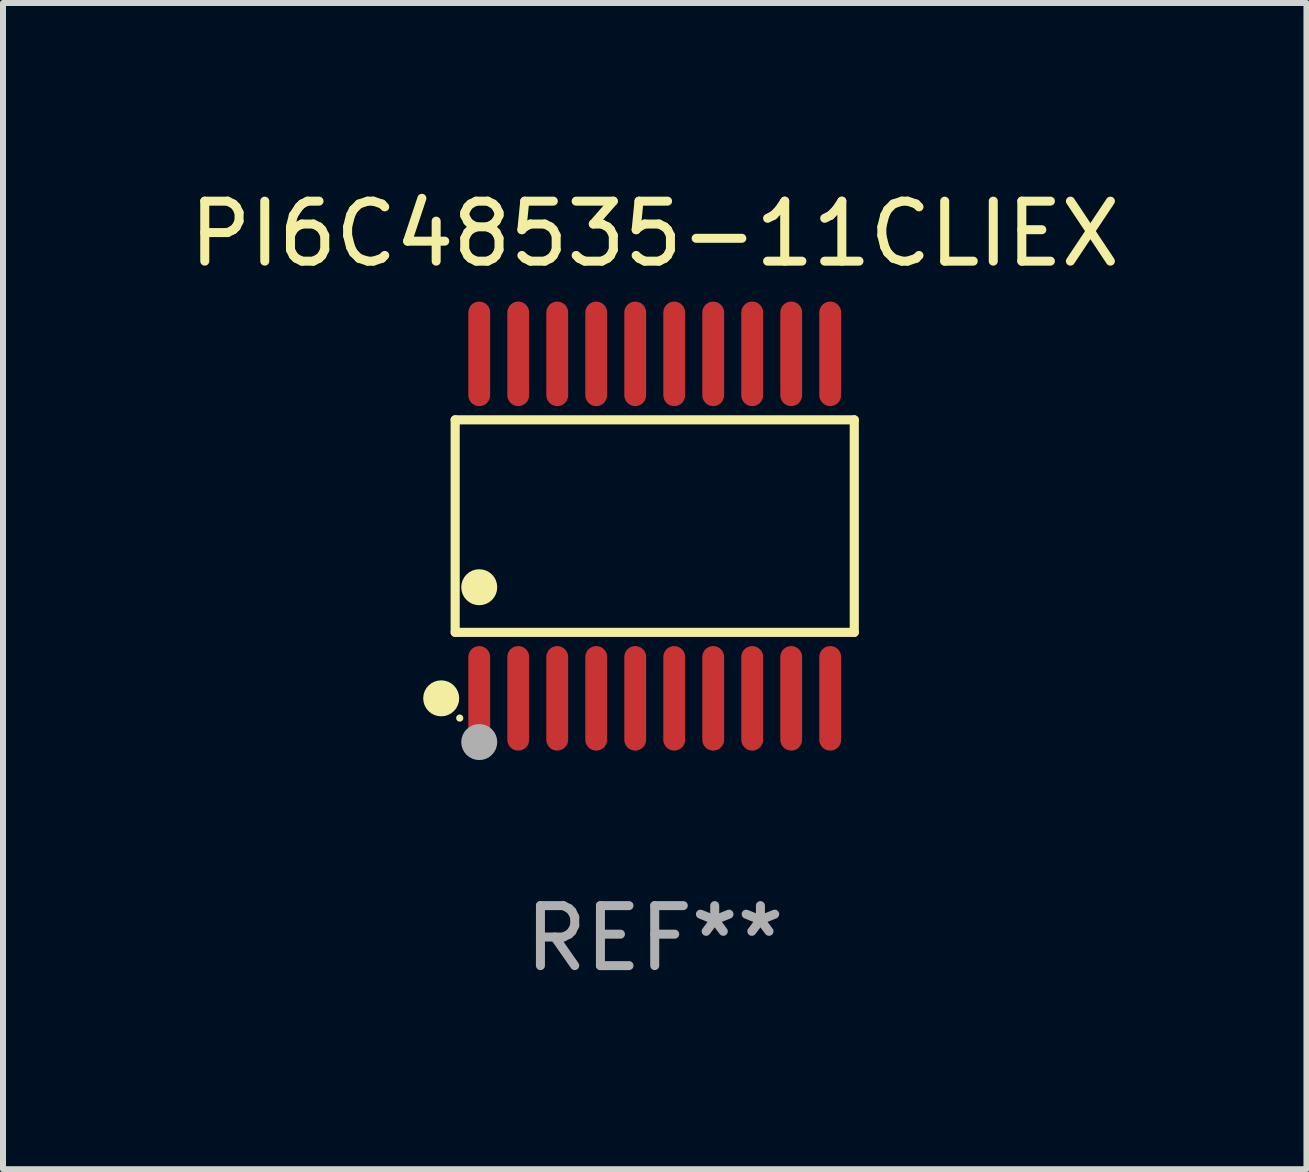
<source format=kicad_pcb>
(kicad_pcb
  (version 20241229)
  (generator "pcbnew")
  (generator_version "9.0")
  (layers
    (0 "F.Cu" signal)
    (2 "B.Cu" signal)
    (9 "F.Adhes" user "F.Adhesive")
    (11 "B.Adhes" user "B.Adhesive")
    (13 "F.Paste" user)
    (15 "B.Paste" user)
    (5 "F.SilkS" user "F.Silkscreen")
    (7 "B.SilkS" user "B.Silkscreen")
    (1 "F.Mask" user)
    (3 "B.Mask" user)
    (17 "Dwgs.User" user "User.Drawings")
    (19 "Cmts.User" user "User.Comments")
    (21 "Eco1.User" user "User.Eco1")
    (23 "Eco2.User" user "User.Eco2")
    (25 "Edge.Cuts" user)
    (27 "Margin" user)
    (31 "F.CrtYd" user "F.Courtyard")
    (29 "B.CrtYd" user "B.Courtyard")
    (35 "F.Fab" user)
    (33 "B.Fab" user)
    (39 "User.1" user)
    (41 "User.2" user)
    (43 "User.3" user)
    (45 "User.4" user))
  (footprint "PI6C48535-11CLIEX"
    (layer "F.Cu")
    (at 7.863 5.719)
    (property "Reference" "PI6C48535-11CLIEX" (at 0 -4.871 0) (layer "F.SilkS") (effects (font (size 1 1) (thickness 0.15))))
    (attr through_hole)
    (fp_line (start -3.326 -1.771) (end 3.326 -1.771) (stroke (width 0.152) (type solid)) (layer "F.SilkS"))
    (fp_line (start -3.326 1.771) (end -3.326 -1.771) (stroke (width 0.152) (type solid)) (layer "F.SilkS"))
    (fp_line (start 3.326 -1.771) (end 3.326 1.771) (stroke (width 0.152) (type solid)) (layer "F.SilkS"))
    (fp_line (start 3.326 1.771) (end -3.326 1.771) (stroke (width 0.152) (type solid)) (layer "F.SilkS"))
    (fp_circle (center -3.559 2.871) (end -3.409 2.871) (stroke (width 0.3) (type solid)) (fill no) (layer "F.SilkS"))
    (fp_circle (center -3.25 3.2) (end -3.22 3.2) (stroke (width 0.06) (type solid)) (fill no) (layer "F.SilkS"))
    (fp_circle (center -2.925 1.019) (end -2.775 1.019) (stroke (width 0.3) (type solid)) (fill no) (layer "F.SilkS"))
    (fp_circle (center -2.925 3.6) (end -2.775 3.6) (stroke (width 0.3) (type solid)) (fill no) (layer "F.Fab"))
    (fp_text user "REF**" (at 0 6.871 0) (layer "F.Fab") (effects (font (size 1 1) (thickness 0.15))))
    (pad "1" smd oval (at -2.925 2.871) (size 0.364 1.742) (layers "F.Cu" "F.Mask" "F.Paste"))
    (pad "2" smd oval (at -2.275 2.871) (size 0.364 1.742) (layers "F.Cu" "F.Mask" "F.Paste"))
    (pad "3" smd oval (at -1.625 2.871) (size 0.364 1.742) (layers "F.Cu" "F.Mask" "F.Paste"))
    (pad "4" smd oval (at -0.975 2.871) (size 0.364 1.742) (layers "F.Cu" "F.Mask" "F.Paste"))
    (pad "5" smd oval (at -0.325 2.871) (size 0.364 1.742) (layers "F.Cu" "F.Mask" "F.Paste"))
    (pad "6" smd oval (at 0.325 2.871) (size 0.364 1.742) (layers "F.Cu" "F.Mask" "F.Paste"))
    (pad "7" smd oval (at 0.975 2.871) (size 0.364 1.742) (layers "F.Cu" "F.Mask" "F.Paste"))
    (pad "8" smd oval (at 1.625 2.871) (size 0.364 1.742) (layers "F.Cu" "F.Mask" "F.Paste"))
    (pad "9" smd oval (at 2.275 2.871) (size 0.364 1.742) (layers "F.Cu" "F.Mask" "F.Paste"))
    (pad "10" smd oval (at 2.925 2.871) (size 0.364 1.742) (layers "F.Cu" "F.Mask" "F.Paste"))
    (pad "11" smd oval (at 2.925 -2.871) (size 0.364 1.742) (layers "F.Cu" "F.Mask" "F.Paste"))
    (pad "12" smd oval (at 2.275 -2.871) (size 0.364 1.742) (layers "F.Cu" "F.Mask" "F.Paste"))
    (pad "13" smd oval (at 1.625 -2.871) (size 0.364 1.742) (layers "F.Cu" "F.Mask" "F.Paste"))
    (pad "14" smd oval (at 0.975 -2.871) (size 0.364 1.742) (layers "F.Cu" "F.Mask" "F.Paste"))
    (pad "15" smd oval (at 0.325 -2.871) (size 0.364 1.742) (layers "F.Cu" "F.Mask" "F.Paste"))
    (pad "16" smd oval (at -0.325 -2.871) (size 0.364 1.742) (layers "F.Cu" "F.Mask" "F.Paste"))
    (pad "17" smd oval (at -0.975 -2.871) (size 0.364 1.742) (layers "F.Cu" "F.Mask" "F.Paste"))
    (pad "18" smd oval (at -1.625 -2.871) (size 0.364 1.742) (layers "F.Cu" "F.Mask" "F.Paste"))
    (pad "19" smd oval (at -2.275 -2.871) (size 0.364 1.742) (layers "F.Cu" "F.Mask" "F.Paste"))
    (pad "20" smd oval (at -2.925 -2.871) (size 0.364 1.742) (layers "F.Cu" "F.Mask" "F.Paste")))
  (gr_rect
    (start -3 -3)
    (end 18.726 16.438)
    (stroke (width 0.1) (type default))
    (fill no)
    (layer "Edge.Cuts")))
</source>
